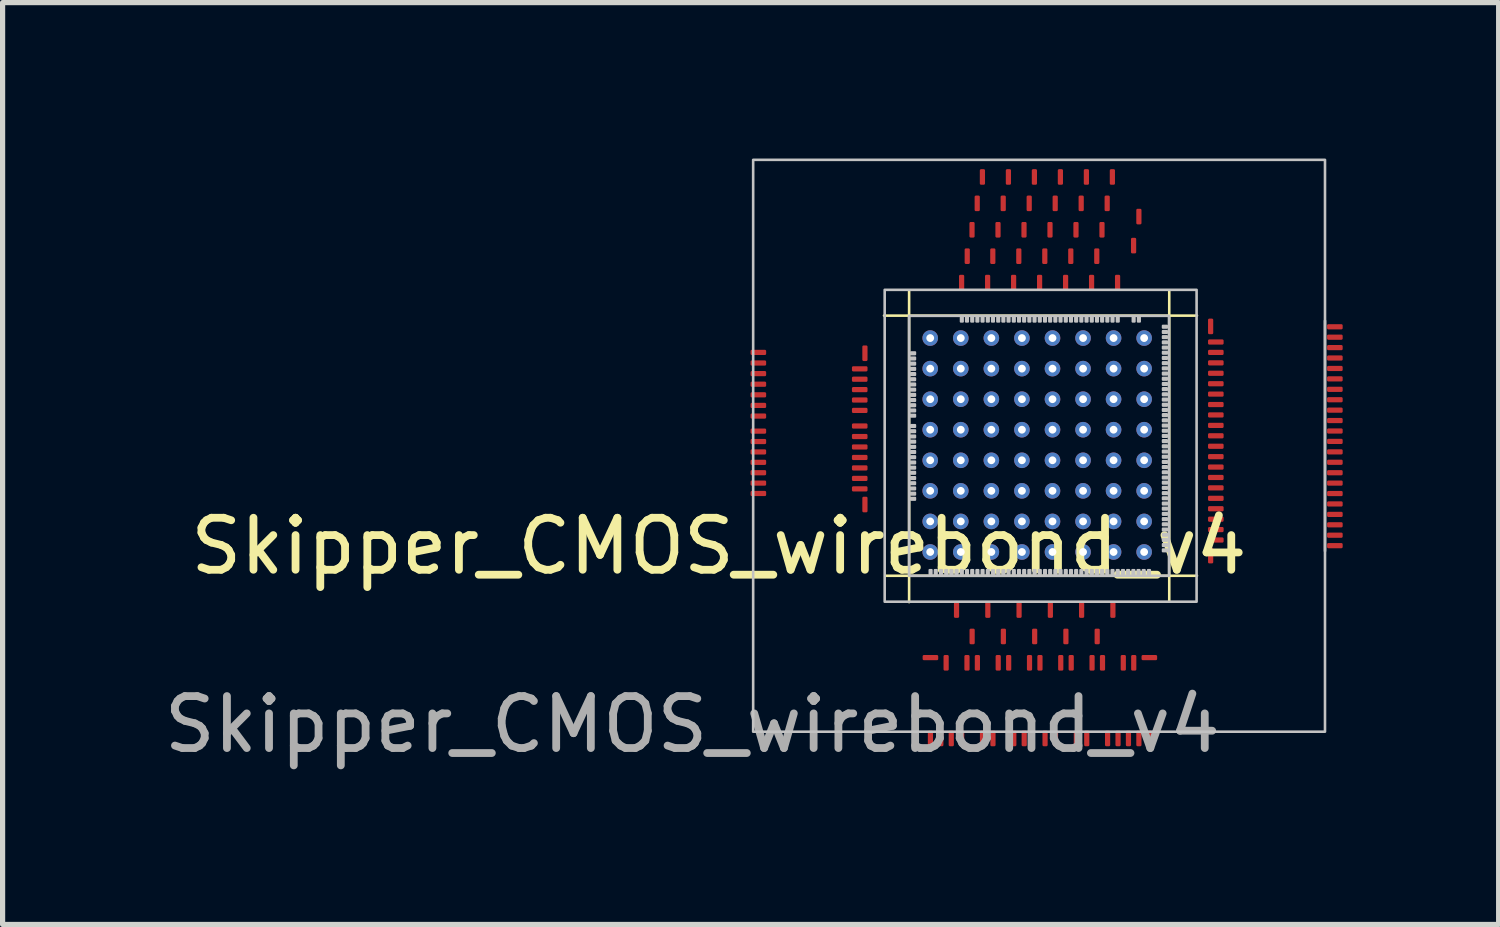
<source format=kicad_pcb>
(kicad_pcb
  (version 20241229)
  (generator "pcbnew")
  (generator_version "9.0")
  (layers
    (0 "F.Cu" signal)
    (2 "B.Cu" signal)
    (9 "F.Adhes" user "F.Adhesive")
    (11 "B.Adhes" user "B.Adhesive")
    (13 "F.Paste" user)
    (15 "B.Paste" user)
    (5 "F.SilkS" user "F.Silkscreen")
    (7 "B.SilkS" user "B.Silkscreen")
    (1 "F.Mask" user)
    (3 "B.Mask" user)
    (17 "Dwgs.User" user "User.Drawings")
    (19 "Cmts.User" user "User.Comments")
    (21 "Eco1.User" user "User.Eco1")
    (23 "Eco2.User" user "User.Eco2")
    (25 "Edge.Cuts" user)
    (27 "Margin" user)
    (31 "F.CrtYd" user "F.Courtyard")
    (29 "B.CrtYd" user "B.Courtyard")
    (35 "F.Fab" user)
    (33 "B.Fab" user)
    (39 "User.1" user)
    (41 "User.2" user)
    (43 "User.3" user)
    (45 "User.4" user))
  (footprint "Skipper_CMOS_wirebond_v4"
    (layer "F.Cu")
    (at 14.438 8.025)
    (property "Reference" "Skipper_CMOS_wirebond_v4" (at -3.66 -0.57 0) (unlocked yes) (layer "F.SilkS") (effects (font (size 1 1) (thickness 0.15))))
    (attr smd)
    (fp_line (start -0.457 0) (end 5.537 0) (stroke (width 0.05) (type solid)) (layer "F.SilkS"))
    (fp_line (start 0 -5.486) (end 0 0.508) (stroke (width 0.05) (type solid)) (layer "F.SilkS"))
    (fp_line (start 5.004 0.483) (end 5.004 -5.486) (stroke (width 0.05) (type solid)) (layer "F.SilkS"))
    (fp_line (start 5.537 -5.004) (end -0.483 -5.004) (stroke (width 0.05) (type solid)) (layer "F.SilkS"))
    (fp_line (start 8 -0.475) (end 8 -4.905) (stroke (width 0.05) (type solid)) (layer "Dwgs.User"))
    (fp_rect (start -3 -8) (end 8 3) (stroke (width 0.05) (type solid)) (fill no) (layer "Dwgs.User"))
    (fp_rect (start -0.47 -5.5) (end 5.53 0.5) (stroke (width 0.05) (type solid)) (fill no) (layer "Dwgs.User"))
    (fp_rect (start 0 0) (end 5 -5) (stroke (width 0.05) (type solid)) (fill no) (layer "Dwgs.User"))
    (fp_rect (start 0.23 -1.55) (end 0.75 -4.19) (stroke (width 0.05) (type solid)) (fill no) (layer "User.1"))
    (fp_rect (start 0.5 -0.66) (end 4.55 -0.18) (stroke (width 0.05) (type solid)) (fill no) (layer "User.1"))
    (fp_rect (start 1.105 -4.8) (end 3.935 -4.28) (stroke (width 0.05) (type solid)) (fill no) (layer "User.1"))
    (fp_rect (start 4.33 -0.79) (end 4.76 -4.69) (stroke (width 0.05) (type solid)) (fill no) (layer "User.1"))
    (fp_text user "${REFERENCE}" (at -4.17 2.86 0) (unlocked yes) (layer "F.Fab") (effects (font (size 1 1) (thickness 0.15))))
    (fp_text user "TOP pixel Supplies-REFs" (at 2.51 -4.53 180) (unlocked yes) (layer "User.1") (effects (font (size 0.14 0.14) (thickness 0.02))))
    (fp_text user "Test Structures" (at 4.55 -2.75 90) (unlocked yes) (layer "User.1") (effects (font (size 0.27 0.27) (thickness 0.04))))
    (fp_text user "Analog Front-End" (at 2.53 -0.41 0) (unlocked yes) (layer "User.1") (effects (font (size 0.27 0.27) (thickness 0.04))))
    (fp_text user "Matrix Ctrl Logic" (at 0.48 -2.88 270) (unlocked yes) (layer "User.1") (effects (font (size 0.2 0.2) (thickness 0.035))))
    (pad "" smd roundrect (at 0.076 -4.279 180) (size 0.12 0.08) (layers "Dwgs.User") (roundrect_rratio 0.25))
    (pad "" smd roundrect (at 0.076 -4.179 180) (size 0.12 0.08) (layers "Dwgs.User") (roundrect_rratio 0.25))
    (pad "" smd roundrect (at 0.076 -4.08 180) (size 0.12 0.08) (layers "Dwgs.User") (roundrect_rratio 0.25))
    (pad "" smd roundrect (at 0.076 -3.979 180) (size 0.12 0.08) (layers "Dwgs.User") (roundrect_rratio 0.25))
    (pad "" smd roundrect (at 0.076 -3.88 180) (size 0.12 0.08) (layers "Dwgs.User") (roundrect_rratio 0.25))
    (pad "" smd roundrect (at 0.076 -3.78 180) (size 0.12 0.08) (layers "Dwgs.User") (roundrect_rratio 0.25))
    (pad "" smd roundrect (at 0.076 -3.679 180) (size 0.12 0.08) (layers "Dwgs.User") (roundrect_rratio 0.25))
    (pad "" smd roundrect (at 0.076 -3.579 180) (size 0.12 0.08) (layers "Dwgs.User") (roundrect_rratio 0.25))
    (pad "" smd roundrect (at 0.076 -3.479 180) (size 0.12 0.08) (layers "Dwgs.User") (roundrect_rratio 0.25))
    (pad "" smd roundrect (at 0.076 -3.38 180) (size 0.12 0.08) (layers "Dwgs.User") (roundrect_rratio 0.25))
    (pad "" smd roundrect (at 0.076 -3.28 180) (size 0.12 0.08) (layers "Dwgs.User") (roundrect_rratio 0.25))
    (pad "" smd roundrect (at 0.076 -3.179 180) (size 0.12 0.08) (layers "Dwgs.User") (roundrect_rratio 0.25))
    (pad "" smd roundrect (at 0.076 -3.079 180) (size 0.12 0.08) (layers "Dwgs.User") (roundrect_rratio 0.25))
    (pad "" smd roundrect (at 0.076 -2.88 180) (size 0.12 0.08) (layers "Dwgs.User") (roundrect_rratio 0.25))
    (pad "" smd roundrect (at 0.076 -2.78 180) (size 0.12 0.08) (layers "Dwgs.User") (roundrect_rratio 0.25))
    (pad "" smd roundrect (at 0.076 -2.679 180) (size 0.12 0.08) (layers "Dwgs.User") (roundrect_rratio 0.25))
    (pad "" smd roundrect (at 0.076 -2.579 180) (size 0.12 0.08) (layers "Dwgs.User") (roundrect_rratio 0.25))
    (pad "" smd roundrect (at 0.076 -2.479 180) (size 0.12 0.08) (layers "Dwgs.User") (roundrect_rratio 0.25))
    (pad "" smd roundrect (at 0.076 -2.38 180) (size 0.12 0.08) (layers "Dwgs.User") (roundrect_rratio 0.25))
    (pad "" smd roundrect (at 0.076 -2.28 180) (size 0.12 0.08) (layers "Dwgs.User") (roundrect_rratio 0.25))
    (pad "" smd roundrect (at 0.076 -2.179 180) (size 0.12 0.08) (layers "Dwgs.User") (roundrect_rratio 0.25))
    (pad "" smd roundrect (at 0.076 -2.079 180) (size 0.12 0.08) (layers "Dwgs.User") (roundrect_rratio 0.25))
    (pad "" smd roundrect (at 0.076 -1.98 180) (size 0.12 0.08) (layers "Dwgs.User") (roundrect_rratio 0.25))
    (pad "" smd roundrect (at 0.076 -1.879 180) (size 0.12 0.08) (layers "Dwgs.User") (roundrect_rratio 0.25))
    (pad "" smd roundrect (at 0.076 -1.78 180) (size 0.12 0.08) (layers "Dwgs.User") (roundrect_rratio 0.25))
    (pad "" smd roundrect (at 0.076 -1.679 180) (size 0.12 0.08) (layers "Dwgs.User") (roundrect_rratio 0.25))
    (pad "" smd roundrect (at 0.076 -1.579 180) (size 0.12 0.08) (layers "Dwgs.User") (roundrect_rratio 0.25))
    (pad "" smd roundrect (at 0.076 -1.48 180) (size 0.12 0.08) (layers "Dwgs.User") (roundrect_rratio 0.25))
    (pad "" smd roundrect (at 0.413 -0.071 90) (size 0.12 0.08) (layers "Dwgs.User") (roundrect_rratio 0.25))
    (pad "" smd roundrect (at 0.513 -0.071 90) (size 0.12 0.08) (layers "Dwgs.User") (roundrect_rratio 0.25))
    (pad "" smd roundrect (at 0.614 -0.071 90) (size 0.12 0.08) (layers "Dwgs.User") (roundrect_rratio 0.25))
    (pad "" smd roundrect (at 0.714 -0.071 90) (size 0.12 0.08) (layers "Dwgs.User") (roundrect_rratio 0.25))
    (pad "" smd roundrect (at 0.814 -0.071 90) (size 0.12 0.08) (layers "Dwgs.User") (roundrect_rratio 0.25))
    (pad "" smd roundrect (at 0.913 -0.071 90) (size 0.12 0.08) (layers "Dwgs.User") (roundrect_rratio 0.25))
    (pad "" smd roundrect (at 1.014 -4.928 90) (size 0.12 0.08) (layers "Dwgs.User") (roundrect_rratio 0.25))
    (pad "" smd roundrect (at 1.014 -0.071 90) (size 0.12 0.08) (layers "Dwgs.User") (roundrect_rratio 0.25))
    (pad "" smd roundrect (at 1.113 -4.928 90) (size 0.12 0.08) (layers "Dwgs.User") (roundrect_rratio 0.25))
    (pad "" smd roundrect (at 1.113 -0.071 90) (size 0.12 0.08) (layers "Dwgs.User") (roundrect_rratio 0.25))
    (pad "" smd roundrect (at 1.214 -4.928 90) (size 0.12 0.08) (layers "Dwgs.User") (roundrect_rratio 0.25))
    (pad "" smd roundrect (at 1.214 -0.071 90) (size 0.12 0.08) (layers "Dwgs.User") (roundrect_rratio 0.25))
    (pad "" smd roundrect (at 1.313 -4.928 90) (size 0.12 0.08) (layers "Dwgs.User") (roundrect_rratio 0.25))
    (pad "" smd roundrect (at 1.313 -0.071 90) (size 0.12 0.08) (layers "Dwgs.User") (roundrect_rratio 0.25))
    (pad "" smd roundrect (at 1.413 -4.928 90) (size 0.12 0.08) (layers "Dwgs.User") (roundrect_rratio 0.25))
    (pad "" smd roundrect (at 1.413 -0.071 90) (size 0.12 0.08) (layers "Dwgs.User") (roundrect_rratio 0.25))
    (pad "" smd roundrect (at 1.514 -4.928 90) (size 0.12 0.08) (layers "Dwgs.User") (roundrect_rratio 0.25))
    (pad "" smd roundrect (at 1.514 -0.071 90) (size 0.12 0.08) (layers "Dwgs.User") (roundrect_rratio 0.25))
    (pad "" smd roundrect (at 1.613 -4.928 90) (size 0.12 0.08) (layers "Dwgs.User") (roundrect_rratio 0.25))
    (pad "" smd roundrect (at 1.613 -0.071 90) (size 0.12 0.08) (layers "Dwgs.User") (roundrect_rratio 0.25))
    (pad "" smd roundrect (at 1.714 -4.928 90) (size 0.12 0.08) (layers "Dwgs.User") (roundrect_rratio 0.25))
    (pad "" smd roundrect (at 1.714 -0.071 90) (size 0.12 0.08) (layers "Dwgs.User") (roundrect_rratio 0.25))
    (pad "" smd roundrect (at 1.813 -4.928 90) (size 0.12 0.08) (layers "Dwgs.User") (roundrect_rratio 0.25))
    (pad "" smd roundrect (at 1.813 -0.071 90) (size 0.12 0.08) (layers "Dwgs.User") (roundrect_rratio 0.25))
    (pad "" smd roundrect (at 1.913 -4.928 90) (size 0.12 0.08) (layers "Dwgs.User") (roundrect_rratio 0.25))
    (pad "" smd roundrect (at 1.913 -0.071 90) (size 0.12 0.08) (layers "Dwgs.User") (roundrect_rratio 0.25))
    (pad "" smd roundrect (at 2.014 -4.928 90) (size 0.12 0.08) (layers "Dwgs.User") (roundrect_rratio 0.25))
    (pad "" smd roundrect (at 2.014 -0.071 90) (size 0.12 0.08) (layers "Dwgs.User") (roundrect_rratio 0.25))
    (pad "" smd roundrect (at 2.114 -4.928 90) (size 0.12 0.08) (layers "Dwgs.User") (roundrect_rratio 0.25))
    (pad "" smd roundrect (at 2.114 -0.071 90) (size 0.12 0.08) (layers "Dwgs.User") (roundrect_rratio 0.25))
    (pad "" smd roundrect (at 2.213 -4.928 90) (size 0.12 0.08) (layers "Dwgs.User") (roundrect_rratio 0.25))
    (pad "" smd roundrect (at 2.213 -0.071 90) (size 0.12 0.08) (layers "Dwgs.User") (roundrect_rratio 0.25))
    (pad "" smd roundrect (at 2.313 -4.928 90) (size 0.12 0.08) (layers "Dwgs.User") (roundrect_rratio 0.25))
    (pad "" smd roundrect (at 2.313 -0.071 90) (size 0.12 0.08) (layers "Dwgs.User") (roundrect_rratio 0.25))
    (pad "" smd roundrect (at 2.413 -4.928 90) (size 0.12 0.08) (layers "Dwgs.User") (roundrect_rratio 0.25))
    (pad "" smd roundrect (at 2.413 -0.071 90) (size 0.12 0.08) (layers "Dwgs.User") (roundrect_rratio 0.25))
    (pad "" smd roundrect (at 2.514 -4.928 90) (size 0.12 0.08) (layers "Dwgs.User") (roundrect_rratio 0.25))
    (pad "" smd roundrect (at 2.514 -0.071 90) (size 0.12 0.08) (layers "Dwgs.User") (roundrect_rratio 0.25))
    (pad "" smd roundrect (at 2.614 -4.928 90) (size 0.12 0.08) (layers "Dwgs.User") (roundrect_rratio 0.25))
    (pad "" smd roundrect (at 2.614 -0.071 90) (size 0.12 0.08) (layers "Dwgs.User") (roundrect_rratio 0.25))
    (pad "" smd roundrect (at 2.713 -4.928 90) (size 0.12 0.08) (layers "Dwgs.User") (roundrect_rratio 0.25))
    (pad "" smd roundrect (at 2.713 -0.071 90) (size 0.12 0.08) (layers "Dwgs.User") (roundrect_rratio 0.25))
    (pad "" smd roundrect (at 2.813 -4.928 90) (size 0.12 0.08) (layers "Dwgs.User") (roundrect_rratio 0.25))
    (pad "" smd roundrect (at 2.813 -0.071 90) (size 0.12 0.08) (layers "Dwgs.User") (roundrect_rratio 0.25))
    (pad "" smd roundrect (at 2.913 -4.928 90) (size 0.12 0.08) (layers "Dwgs.User") (roundrect_rratio 0.25))
    (pad "" smd roundrect (at 2.913 -0.071 90) (size 0.12 0.08) (layers "Dwgs.User") (roundrect_rratio 0.25))
    (pad "" smd roundrect (at 3.014 -4.928 90) (size 0.12 0.08) (layers "Dwgs.User") (roundrect_rratio 0.25))
    (pad "" smd roundrect (at 3.014 -0.071 90) (size 0.12 0.08) (layers "Dwgs.User") (roundrect_rratio 0.25))
    (pad "" smd roundrect (at 3.114 -4.928 90) (size 0.12 0.08) (layers "Dwgs.User") (roundrect_rratio 0.25))
    (pad "" smd roundrect (at 3.114 -0.071 90) (size 0.12 0.08) (layers "Dwgs.User") (roundrect_rratio 0.25))
    (pad "" smd roundrect (at 3.213 -4.928 90) (size 0.12 0.08) (layers "Dwgs.User") (roundrect_rratio 0.25))
    (pad "" smd roundrect (at 3.213 -0.071 90) (size 0.12 0.08) (layers "Dwgs.User") (roundrect_rratio 0.25))
    (pad "" smd roundrect (at 3.313 -4.928 90) (size 0.12 0.08) (layers "Dwgs.User") (roundrect_rratio 0.25))
    (pad "" smd roundrect (at 3.313 -0.071 90) (size 0.12 0.08) (layers "Dwgs.User") (roundrect_rratio 0.25))
    (pad "" smd roundrect (at 3.413 -4.928 90) (size 0.12 0.08) (layers "Dwgs.User") (roundrect_rratio 0.25))
    (pad "" smd roundrect (at 3.413 -0.071 90) (size 0.12 0.08) (layers "Dwgs.User") (roundrect_rratio 0.25))
    (pad "" smd roundrect (at 3.514 -4.928 90) (size 0.12 0.08) (layers "Dwgs.User") (roundrect_rratio 0.25))
    (pad "" smd roundrect (at 3.514 -0.071 90) (size 0.12 0.08) (layers "Dwgs.User") (roundrect_rratio 0.25))
    (pad "" smd roundrect (at 3.614 -4.928 90) (size 0.12 0.08) (layers "Dwgs.User") (roundrect_rratio 0.25))
    (pad "" smd roundrect (at 3.614 -0.071 90) (size 0.12 0.08) (layers "Dwgs.User") (roundrect_rratio 0.25))
    (pad "" smd roundrect (at 3.713 -4.928 90) (size 0.12 0.08) (layers "Dwgs.User") (roundrect_rratio 0.25))
    (pad "" smd roundrect (at 3.713 -0.071 90) (size 0.12 0.08) (layers "Dwgs.User") (roundrect_rratio 0.25))
    (pad "" smd roundrect (at 3.813 -4.928 90) (size 0.12 0.08) (layers "Dwgs.User") (roundrect_rratio 0.25))
    (pad "" smd roundrect (at 3.813 -0.071 90) (size 0.12 0.08) (layers "Dwgs.User") (roundrect_rratio 0.25))
    (pad "" smd roundrect (at 3.913 -4.928 90) (size 0.12 0.08) (layers "Dwgs.User") (roundrect_rratio 0.25))
    (pad "" smd roundrect (at 3.913 -0.071 90) (size 0.12 0.08) (layers "Dwgs.User") (roundrect_rratio 0.25))
    (pad "" smd roundrect (at 4.013 -4.928 90) (size 0.12 0.08) (layers "Dwgs.User") (roundrect_rratio 0.25))
    (pad "" smd roundrect (at 4.013 -0.071 90) (size 0.12 0.08) (layers "Dwgs.User") (roundrect_rratio 0.25))
    (pad "" smd roundrect (at 4.114 -0.071 90) (size 0.12 0.08) (layers "Dwgs.User") (roundrect_rratio 0.25))
    (pad "" smd roundrect (at 4.213 -0.071 90) (size 0.12 0.08) (layers "Dwgs.User") (roundrect_rratio 0.25))
    (pad "" smd roundrect (at 4.314 -0.071 90) (size 0.12 0.08) (layers "Dwgs.User") (roundrect_rratio 0.25))
    (pad "" smd roundrect (at 4.319 -4.928 90) (size 0.12 0.08) (layers "Dwgs.User") (roundrect_rratio 0.25))
    (pad "" smd roundrect (at 4.413 -0.071 90) (size 0.12 0.08) (layers "Dwgs.User") (roundrect_rratio 0.25))
    (pad "" smd roundrect (at 4.42 -4.928 90) (size 0.12 0.08) (layers "Dwgs.User") (roundrect_rratio 0.25))
    (pad "" smd roundrect (at 4.513 -0.071 90) (size 0.12 0.08) (layers "Dwgs.User") (roundrect_rratio 0.25))
    (pad "" smd roundrect (at 4.614 -0.071 90) (size 0.12 0.08) (layers "Dwgs.User") (roundrect_rratio 0.25))
    (pad "" smd roundrect (at 4.92 -4.79 180) (size 0.12 0.08) (layers "Dwgs.User") (roundrect_rratio 0.25))
    (pad "" smd roundrect (at 4.92 -4.689 180) (size 0.12 0.08) (layers "Dwgs.User") (roundrect_rratio 0.25))
    (pad "" smd roundrect (at 4.92 -4.59 180) (size 0.12 0.08) (layers "Dwgs.User") (roundrect_rratio 0.25))
    (pad "" smd roundrect (at 4.92 -4.489 180) (size 0.12 0.08) (layers "Dwgs.User") (roundrect_rratio 0.25))
    (pad "" smd roundrect (at 4.92 -4.389 180) (size 0.12 0.08) (layers "Dwgs.User") (roundrect_rratio 0.25))
    (pad "" smd roundrect (at 4.92 -4.29 180) (size 0.12 0.08) (layers "Dwgs.User") (roundrect_rratio 0.25))
    (pad "" smd roundrect (at 4.92 -4.189 180) (size 0.12 0.08) (layers "Dwgs.User") (roundrect_rratio 0.25))
    (pad "" smd roundrect (at 4.92 -4.09 180) (size 0.12 0.08) (layers "Dwgs.User") (roundrect_rratio 0.25))
    (pad "" smd roundrect (at 4.92 -3.99 180) (size 0.12 0.08) (layers "Dwgs.User") (roundrect_rratio 0.25))
    (pad "" smd roundrect (at 4.92 -3.889 180) (size 0.12 0.08) (layers "Dwgs.User") (roundrect_rratio 0.25))
    (pad "" smd roundrect (at 4.92 -3.789 180) (size 0.12 0.08) (layers "Dwgs.User") (roundrect_rratio 0.25))
    (pad "" smd roundrect (at 4.92 -3.689 180) (size 0.12 0.08) (layers "Dwgs.User") (roundrect_rratio 0.25))
    (pad "" smd roundrect (at 4.92 -3.59 180) (size 0.12 0.08) (layers "Dwgs.User") (roundrect_rratio 0.25))
    (pad "" smd roundrect (at 4.92 -3.49 180) (size 0.12 0.08) (layers "Dwgs.User") (roundrect_rratio 0.25))
    (pad "" smd roundrect (at 4.92 -3.389 180) (size 0.12 0.08) (layers "Dwgs.User") (roundrect_rratio 0.25))
    (pad "" smd roundrect (at 4.92 -3.289 180) (size 0.12 0.08) (layers "Dwgs.User") (roundrect_rratio 0.25))
    (pad "" smd roundrect (at 4.92 -3.189 180) (size 0.12 0.08) (layers "Dwgs.User") (roundrect_rratio 0.25))
    (pad "" smd roundrect (at 4.92 -3.09 180) (size 0.12 0.08) (layers "Dwgs.User") (roundrect_rratio 0.25))
    (pad "" smd roundrect (at 4.92 -2.99 180) (size 0.12 0.08) (layers "Dwgs.User") (roundrect_rratio 0.25))
    (pad "" smd roundrect (at 4.92 -2.889 180) (size 0.12 0.08) (layers "Dwgs.User") (roundrect_rratio 0.25))
    (pad "" smd roundrect (at 4.92 -2.789 180) (size 0.12 0.08) (layers "Dwgs.User") (roundrect_rratio 0.25))
    (pad "" smd roundrect (at 4.92 -2.689 180) (size 0.12 0.08) (layers "Dwgs.User") (roundrect_rratio 0.25))
    (pad "" smd roundrect (at 4.92 -2.59 180) (size 0.12 0.08) (layers "Dwgs.User") (roundrect_rratio 0.25))
    (pad "" smd roundrect (at 4.92 -2.49 180) (size 0.12 0.08) (layers "Dwgs.User") (roundrect_rratio 0.25))
    (pad "" smd roundrect (at 4.92 -2.389 180) (size 0.12 0.08) (layers "Dwgs.User") (roundrect_rratio 0.25))
    (pad "" smd roundrect (at 4.92 -2.289 180) (size 0.12 0.08) (layers "Dwgs.User") (roundrect_rratio 0.25))
    (pad "" smd roundrect (at 4.92 -2.189 180) (size 0.12 0.08) (layers "Dwgs.User") (roundrect_rratio 0.25))
    (pad "" smd roundrect (at 4.92 -2.09 180) (size 0.12 0.08) (layers "Dwgs.User") (roundrect_rratio 0.25))
    (pad "" smd roundrect (at 4.92 -1.99 180) (size 0.12 0.08) (layers "Dwgs.User") (roundrect_rratio 0.25))
    (pad "" smd roundrect (at 4.92 -1.889 180) (size 0.12 0.08) (layers "Dwgs.User") (roundrect_rratio 0.25))
    (pad "" smd roundrect (at 4.92 -1.79 180) (size 0.12 0.08) (layers "Dwgs.User") (roundrect_rratio 0.25))
    (pad "" smd roundrect (at 4.92 -1.69 180) (size 0.12 0.08) (layers "Dwgs.User") (roundrect_rratio 0.25))
    (pad "" smd roundrect (at 4.92 -1.589 180) (size 0.12 0.08) (layers "Dwgs.User") (roundrect_rratio 0.25))
    (pad "" smd roundrect (at 4.92 -1.49 180) (size 0.12 0.08) (layers "Dwgs.User") (roundrect_rratio 0.25))
    (pad "" smd roundrect (at 4.92 -1.389 180) (size 0.12 0.08) (layers "Dwgs.User") (roundrect_rratio 0.25))
    (pad "" smd roundrect (at 4.92 -1.29 180) (size 0.12 0.08) (layers "Dwgs.User") (roundrect_rratio 0.25))
    (pad "" smd roundrect (at 4.92 -1.19 180) (size 0.12 0.08) (layers "Dwgs.User") (roundrect_rratio 0.25))
    (pad "" smd roundrect (at 4.92 -1.089 180) (size 0.12 0.08) (layers "Dwgs.User") (roundrect_rratio 0.25))
    (pad "" smd roundrect (at 4.92 -0.99 180) (size 0.12 0.08) (layers "Dwgs.User") (roundrect_rratio 0.25))
    (pad "" smd roundrect (at 4.92 -0.889 180) (size 0.12 0.08) (layers "Dwgs.User") (roundrect_rratio 0.25))
    (pad "" smd roundrect (at 4.92 -0.789 180) (size 0.12 0.08) (layers "Dwgs.User") (roundrect_rratio 0.25))
    (pad "" smd roundrect (at 4.92 -0.69 180) (size 0.12 0.08) (layers "Dwgs.User") (roundrect_rratio 0.25))
    (pad "" smd roundrect (at 4.92 -0.59 180) (size 0.12 0.08) (layers "Dwgs.User") (roundrect_rratio 0.25))
    (pad "" smd roundrect (at 4.92 -0.489 180) (size 0.12 0.08) (layers "Dwgs.User") (roundrect_rratio 0.25))
    (pad "1" smd roundrect (at 0.41 3.13 90) (size 0.3 0.1) (layers "F.Cu" "F.Mask" "F.Paste") (roundrect_rratio 0.25))
    (pad "2" smd roundrect (at 0.41 1.575) (size 0.3 0.1) (layers "F.Cu" "F.Mask" "F.Paste") (roundrect_rratio 0.25))
    (pad "3" smd roundrect (at 0.61 3.13 270) (size 0.3 0.1) (layers "F.Cu" "F.Mask" "F.Paste") (roundrect_rratio 0.25))
    (pad "4" smd roundrect (at 0.712 1.675 270) (size 0.3 0.1) (layers "F.Cu" "F.Mask" "F.Paste") (roundrect_rratio 0.25))
    (pad "5" smd roundrect (at 0.811 3.13 270) (size 0.3 0.1) (layers "F.Cu" "F.Mask" "F.Paste") (roundrect_rratio 0.25))
    (pad "6" smd roundrect (at 0.912 0.66 270) (size 0.3 0.1) (layers "F.Cu" "F.Mask" "F.Paste") (roundrect_rratio 0.25))
    (pad "7" smd roundrect (at 1.011 3.13 90) (size 0.3 0.1) (layers "F.Cu" "F.Mask" "F.Paste") (roundrect_rratio 0.25))
    (pad "8" smd roundrect (at 1.113 1.675 270) (size 0.3 0.1) (layers "F.Cu" "F.Mask" "F.Paste") (roundrect_rratio 0.25))
    (pad "9" smd roundrect (at 1.212 1.168 270) (size 0.3 0.1) (layers "F.Cu" "F.Mask" "F.Paste") (roundrect_rratio 0.25))
    (pad "10" smd roundrect (at 1.313 1.675 270) (size 0.3 0.1) (layers "F.Cu" "F.Mask" "F.Paste") (roundrect_rratio 0.25))
    (pad "11" smd roundrect (at 1.412 3.13 270) (size 0.3 0.1) (layers "F.Cu" "F.Mask" "F.Paste") (roundrect_rratio 0.25))
    (pad "12" smd roundrect (at 1.514 0.66 270) (size 0.3 0.1) (layers "F.Cu" "F.Mask" "F.Paste") (roundrect_rratio 0.25))
    (pad "13" smd roundrect (at 1.613 3.13 270) (size 0.3 0.1) (layers "F.Cu" "F.Mask" "F.Paste") (roundrect_rratio 0.25))
    (pad "14" smd roundrect (at 1.714 1.675 270) (size 0.3 0.1) (layers "F.Cu" "F.Mask" "F.Paste") (roundrect_rratio 0.25))
    (pad "15" smd roundrect (at 1.813 1.168 270) (size 0.3 0.1) (layers "F.Cu" "F.Mask" "F.Paste") (roundrect_rratio 0.25))
    (pad "16" smd roundrect (at 1.915 1.675 270) (size 0.3 0.1) (layers "F.Cu" "F.Mask" "F.Paste") (roundrect_rratio 0.25))
    (pad "17" smd roundrect (at 2.014 3.13 270) (size 0.3 0.1) (layers "F.Cu" "F.Mask" "F.Paste") (roundrect_rratio 0.25))
    (pad "18" smd roundrect (at 2.115 0.66 90) (size 0.3 0.1) (layers "F.Cu" "F.Mask" "F.Paste") (roundrect_rratio 0.25))
    (pad "19" smd roundrect (at 2.214 3.13 90) (size 0.3 0.1) (layers "F.Cu" "F.Mask" "F.Paste") (roundrect_rratio 0.25))
    (pad "20" smd roundrect (at 2.316 1.675 90) (size 0.3 0.1) (layers "F.Cu" "F.Mask" "F.Paste") (roundrect_rratio 0.25))
    (pad "21" smd roundrect (at 2.415 1.168 90) (size 0.3 0.1) (layers "F.Cu" "F.Mask" "F.Paste") (roundrect_rratio 0.25))
    (pad "22" smd roundrect (at 2.517 1.675 90) (size 0.3 0.1) (layers "F.Cu" "F.Mask" "F.Paste") (roundrect_rratio 0.25))
    (pad "23" smd roundrect (at 2.615 3.13 90) (size 0.3 0.1) (layers "F.Cu" "F.Mask" "F.Paste") (roundrect_rratio 0.25))
    (pad "24" smd roundrect (at 2.717 0.66 90) (size 0.3 0.1) (layers "F.Cu" "F.Mask" "F.Paste") (roundrect_rratio 0.25))
    (pad "25" smd roundrect (at 2.816 3.13 90) (size 0.3 0.1) (layers "F.Cu" "F.Mask" "F.Paste") (roundrect_rratio 0.25))
    (pad "26" smd roundrect (at 2.917 1.675 90) (size 0.3 0.1) (layers "F.Cu" "F.Mask" "F.Paste") (roundrect_rratio 0.25))
    (pad "27" smd roundrect (at 3.016 1.168 90) (size 0.3 0.1) (layers "F.Cu" "F.Mask" "F.Paste") (roundrect_rratio 0.25))
    (pad "28" smd roundrect (at 3.118 1.675 90) (size 0.3 0.1) (layers "F.Cu" "F.Mask" "F.Paste") (roundrect_rratio 0.25))
    (pad "29" smd roundrect (at 3.217 3.13 90) (size 0.3 0.1) (layers "F.Cu" "F.Mask" "F.Paste") (roundrect_rratio 0.25))
    (pad "30" smd roundrect (at 3.318 0.66 90) (size 0.3 0.1) (layers "F.Cu" "F.Mask" "F.Paste") (roundrect_rratio 0.25))
    (pad "31" smd roundrect (at 3.417 3.13 90) (size 0.3 0.1) (layers "F.Cu" "F.Mask" "F.Paste") (roundrect_rratio 0.25))
    (pad "32" smd roundrect (at 3.519 1.675 90) (size 0.3 0.1) (layers "F.Cu" "F.Mask" "F.Paste") (roundrect_rratio 0.25))
    (pad "33" smd roundrect (at 3.618 1.168 90) (size 0.3 0.1) (layers "F.Cu" "F.Mask" "F.Paste") (roundrect_rratio 0.25))
    (pad "34" smd roundrect (at 3.72 1.675 90) (size 0.3 0.1) (layers "F.Cu" "F.Mask" "F.Paste") (roundrect_rratio 0.25))
    (pad "35" smd roundrect (at 3.818 3.13 90) (size 0.3 0.1) (layers "F.Cu" "F.Mask" "F.Paste") (roundrect_rratio 0.25))
    (pad "36" smd roundrect (at 3.92 0.66 90) (size 0.3 0.1) (layers "F.Cu" "F.Mask" "F.Paste") (roundrect_rratio 0.25))
    (pad "37" smd roundrect (at 4.019 3.13 90) (size 0.3 0.1) (layers "F.Cu" "F.Mask" "F.Paste") (roundrect_rratio 0.25))
    (pad "38" smd roundrect (at 4.12 1.675 90) (size 0.3 0.1) (layers "F.Cu" "F.Mask" "F.Paste") (roundrect_rratio 0.25))
    (pad "39" smd roundrect (at 4.219 3.13 90) (size 0.3 0.1) (layers "F.Cu" "F.Mask" "F.Paste") (roundrect_rratio 0.25))
    (pad "40" smd roundrect (at 4.321 1.675 90) (size 0.3 0.1) (layers "F.Cu" "F.Mask" "F.Paste") (roundrect_rratio 0.25))
    (pad "41" smd roundrect (at 4.42 3.13 90) (size 0.3 0.1) (layers "F.Cu" "F.Mask" "F.Paste") (roundrect_rratio 0.25))
    (pad "42" smd roundrect (at 4.621 1.575 180) (size 0.3 0.1) (layers "F.Cu" "F.Mask" "F.Paste") (roundrect_rratio 0.25))
    (pad "43" smd roundrect (at 4.62 3.13 90) (size 0.3 0.1) (layers "F.Cu" "F.Mask" "F.Paste") (roundrect_rratio 0.25))
    (pad "44" smd roundrect (at 1.01 -5.639 90) (size 0.3 0.1) (layers "F.Cu" "F.Mask" "F.Paste") (roundrect_rratio 0.25))
    (pad "45" smd roundrect (at 1.118 -6.147 270) (size 0.3 0.1) (layers "F.Cu" "F.Mask" "F.Paste") (roundrect_rratio 0.25))
    (pad "46" smd roundrect (at 1.21 -6.655 90) (size 0.3 0.1) (layers "F.Cu" "F.Mask" "F.Paste") (roundrect_rratio 0.25))
    (pad "47" smd roundrect (at 1.31 -7.163 90) (size 0.3 0.1) (layers "F.Cu" "F.Mask" "F.Paste") (roundrect_rratio 0.25))
    (pad "48" smd roundrect (at 1.41 -7.671 90) (size 0.3 0.1) (layers "F.Cu" "F.Mask" "F.Paste") (roundrect_rratio 0.25))
    (pad "49" smd roundrect (at 1.51 -5.639 90) (size 0.3 0.1) (layers "F.Cu" "F.Mask" "F.Paste") (roundrect_rratio 0.25))
    (pad "50" smd roundrect (at 1.61 -6.147 90) (size 0.3 0.1) (layers "F.Cu" "F.Mask" "F.Paste") (roundrect_rratio 0.25))
    (pad "51" smd roundrect (at 1.71 -6.655 90) (size 0.3 0.1) (layers "F.Cu" "F.Mask" "F.Paste") (roundrect_rratio 0.25))
    (pad "52" smd roundrect (at 1.81 -7.163 90) (size 0.3 0.1) (layers "F.Cu" "F.Mask" "F.Paste") (roundrect_rratio 0.25))
    (pad "53" smd roundrect (at 1.91 -7.671 90) (size 0.3 0.1) (layers "F.Cu" "F.Mask" "F.Paste") (roundrect_rratio 0.25))
    (pad "54" smd roundrect (at 2.01 -5.639 90) (size 0.3 0.1) (layers "F.Cu" "F.Mask" "F.Paste") (roundrect_rratio 0.25))
    (pad "55" smd roundrect (at 2.11 -6.147 90) (size 0.3 0.1) (layers "F.Cu" "F.Mask" "F.Paste") (roundrect_rratio 0.25))
    (pad "56" smd roundrect (at 2.21 -6.655 90) (size 0.3 0.1) (layers "F.Cu" "F.Mask" "F.Paste") (roundrect_rratio 0.25))
    (pad "57" smd roundrect (at 2.31 -7.163 90) (size 0.3 0.1) (layers "F.Cu" "F.Mask" "F.Paste") (roundrect_rratio 0.25))
    (pad "58" smd roundrect (at 2.41 -7.671 90) (size 0.3 0.1) (layers "F.Cu" "F.Mask" "F.Paste") (roundrect_rratio 0.25))
    (pad "59" smd roundrect (at 2.51 -5.639 90) (size 0.3 0.1) (layers "F.Cu" "F.Mask" "F.Paste") (roundrect_rratio 0.25))
    (pad "60" smd roundrect (at 2.61 -6.147 90) (size 0.3 0.1) (layers "F.Cu" "F.Mask" "F.Paste") (roundrect_rratio 0.25))
    (pad "61" smd roundrect (at 2.71 -6.655 90) (size 0.3 0.1) (layers "F.Cu" "F.Mask" "F.Paste") (roundrect_rratio 0.25))
    (pad "62" smd roundrect (at 2.81 -7.163 90) (size 0.3 0.1) (layers "F.Cu" "F.Mask" "F.Paste") (roundrect_rratio 0.25))
    (pad "63" smd roundrect (at 2.91 -7.671 90) (size 0.3 0.1) (layers "F.Cu" "F.Mask" "F.Paste") (roundrect_rratio 0.25))
    (pad "64" smd roundrect (at 3.01 -5.639 90) (size 0.3 0.1) (layers "F.Cu" "F.Mask" "F.Paste") (roundrect_rratio 0.25))
    (pad "65" smd roundrect (at 3.11 -6.147 90) (size 0.3 0.1) (layers "F.Cu" "F.Mask" "F.Paste") (roundrect_rratio 0.25))
    (pad "66" smd roundrect (at 3.21 -6.655 90) (size 0.3 0.1) (layers "F.Cu" "F.Mask" "F.Paste") (roundrect_rratio 0.25))
    (pad "67" smd roundrect (at 3.31 -7.163 90) (size 0.3 0.1) (layers "F.Cu" "F.Mask" "F.Paste") (roundrect_rratio 0.25))
    (pad "68" smd roundrect (at 3.41 -7.671 90) (size 0.3 0.1) (layers "F.Cu" "F.Mask" "F.Paste") (roundrect_rratio 0.25))
    (pad "69" smd roundrect (at 3.51 -5.639 90) (size 0.3 0.1) (layers "F.Cu" "F.Mask" "F.Paste") (roundrect_rratio 0.25))
    (pad "70" smd roundrect (at 3.61 -6.147 90) (size 0.3 0.1) (layers "F.Cu" "F.Mask" "F.Paste") (roundrect_rratio 0.25))
    (pad "71" smd roundrect (at 3.71 -6.655 90) (size 0.3 0.1) (layers "F.Cu" "F.Mask" "F.Paste") (roundrect_rratio 0.25))
    (pad "72" smd roundrect (at 3.81 -7.163 90) (size 0.3 0.1) (layers "F.Cu" "F.Mask" "F.Paste") (roundrect_rratio 0.25))
    (pad "73" smd roundrect (at 3.91 -7.671 90) (size 0.3 0.1) (layers "F.Cu" "F.Mask" "F.Paste") (roundrect_rratio 0.25))
    (pad "74" smd roundrect (at 4.01 -5.639 90) (size 0.3 0.1) (layers "F.Cu" "F.Mask" "F.Paste") (roundrect_rratio 0.25))
    (pad "75" smd roundrect (at -2.9 -4.296 180) (size 0.3 0.1) (layers "F.Cu" "F.Mask" "F.Paste") (roundrect_rratio 0.25))
    (pad "76" smd roundrect (at -0.85 -4.28 90) (size 0.3 0.1) (layers "F.Cu" "F.Mask" "F.Paste") (roundrect_rratio 0.25))
    (pad "77" smd roundrect (at -2.9 -4.092 180) (size 0.3 0.1) (layers "F.Cu" "F.Mask" "F.Paste") (roundrect_rratio 0.25))
    (pad "78" smd roundrect (at -0.95 -3.98 180) (size 0.3 0.1) (layers "F.Cu" "F.Mask" "F.Paste") (roundrect_rratio 0.25))
    (pad "79" smd roundrect (at -2.9 -3.888 180) (size 0.3 0.1) (layers "F.Cu" "F.Mask" "F.Paste") (roundrect_rratio 0.25))
    (pad "80" smd roundrect (at -0.95 -3.78 180) (size 0.3 0.1) (layers "F.Cu" "F.Mask" "F.Paste") (roundrect_rratio 0.25))
    (pad "81" smd roundrect (at -2.9 -3.684 180) (size 0.3 0.1) (layers "F.Cu" "F.Mask" "F.Paste") (roundrect_rratio 0.25))
    (pad "82" smd roundrect (at -0.95 -3.58 180) (size 0.3 0.1) (layers "F.Cu" "F.Mask" "F.Paste") (roundrect_rratio 0.25))
    (pad "83" smd roundrect (at -2.9 -3.48 180) (size 0.3 0.1) (layers "F.Cu" "F.Mask" "F.Paste") (roundrect_rratio 0.25))
    (pad "84" smd roundrect (at -0.95 -3.38 180) (size 0.3 0.1) (layers "F.Cu" "F.Mask" "F.Paste") (roundrect_rratio 0.25))
    (pad "85" smd roundrect (at -2.9 -3.276 180) (size 0.3 0.1) (layers "F.Cu" "F.Mask" "F.Paste") (roundrect_rratio 0.25))
    (pad "86" smd roundrect (at -0.95 -3.18 180) (size 0.3 0.1) (layers "F.Cu" "F.Mask" "F.Paste") (roundrect_rratio 0.25))
    (pad "87" smd roundrect (at -2.9 -3.072 180) (size 0.3 0.1) (layers "F.Cu" "F.Mask" "F.Paste") (roundrect_rratio 0.25))
    (pad "88" smd roundrect (at -0.95 -2.88 180) (size 0.3 0.1) (layers "F.Cu" "F.Mask" "F.Paste") (roundrect_rratio 0.25))
    (pad "89" smd roundrect (at -2.9 -2.782 180) (size 0.3 0.1) (layers "F.Cu" "F.Mask" "F.Paste") (roundrect_rratio 0.25))
    (pad "90" smd roundrect (at -0.95 -2.678 180) (size 0.3 0.1) (layers "F.Cu" "F.Mask" "F.Paste") (roundrect_rratio 0.25))
    (pad "91" smd roundrect (at -2.9 -2.582 180) (size 0.3 0.1) (layers "F.Cu" "F.Mask" "F.Paste") (roundrect_rratio 0.25))
    (pad "92" smd roundrect (at -0.95 -2.477 180) (size 0.3 0.1) (layers "F.Cu" "F.Mask" "F.Paste") (roundrect_rratio 0.25))
    (pad "93" smd roundrect (at -2.9 -2.382 180) (size 0.3 0.1) (layers "F.Cu" "F.Mask" "F.Paste") (roundrect_rratio 0.25))
    (pad "94" smd roundrect (at -0.95 -2.275 180) (size 0.3 0.1) (layers "F.Cu" "F.Mask" "F.Paste") (roundrect_rratio 0.25))
    (pad "95" smd roundrect (at -2.9 -2.182 180) (size 0.3 0.1) (layers "F.Cu" "F.Mask" "F.Paste") (roundrect_rratio 0.25))
    (pad "96" smd roundrect (at -0.95 -2.074 180) (size 0.3 0.1) (layers "F.Cu" "F.Mask" "F.Paste") (roundrect_rratio 0.25))
    (pad "97" smd roundrect (at -2.9 -1.982 180) (size 0.3 0.1) (layers "F.Cu" "F.Mask" "F.Paste") (roundrect_rratio 0.25))
    (pad "98" smd roundrect (at -0.95 -1.872 180) (size 0.3 0.1) (layers "F.Cu" "F.Mask" "F.Paste") (roundrect_rratio 0.25))
    (pad "99" smd roundrect (at -2.9 -1.782 180) (size 0.3 0.1) (layers "F.Cu" "F.Mask" "F.Paste") (roundrect_rratio 0.25))
    (pad "100" smd roundrect (at -0.95 -1.671 180) (size 0.3 0.1) (layers "F.Cu" "F.Mask" "F.Paste") (roundrect_rratio 0.25))
    (pad "101" smd roundrect (at -2.9 -1.582 180) (size 0.3 0.1) (layers "F.Cu" "F.Mask" "F.Paste") (roundrect_rratio 0.25))
    (pad "102" smd roundrect (at -0.85 -1.37 270) (size 0.3 0.1) (layers "F.Cu" "F.Mask" "F.Paste") (roundrect_rratio 0.25))
    (pad "103" smd roundrect (at 4.42 -6.909 90) (size 0.3 0.1) (layers "F.Cu" "F.Mask" "F.Paste") (roundrect_rratio 0.25))
    (pad "104" smd roundrect (at 4.318 -6.35 90) (size 0.3 0.1) (layers "F.Cu" "F.Mask" "F.Paste") (roundrect_rratio 0.25))
    (pad "105" smd roundrect (at 8.19 -4.789 180) (size 0.3 0.1) (layers "F.Cu" "F.Mask" "F.Paste") (roundrect_rratio 0.25))
    (pad "106" smd roundrect (at 5.8 -4.796 270) (size 0.3 0.1) (layers "F.Cu" "F.Mask" "F.Paste") (roundrect_rratio 0.25))
    (pad "107" smd roundrect (at 8.19 -4.589 180) (size 0.3 0.1) (layers "F.Cu" "F.Mask" "F.Paste") (roundrect_rratio 0.25))
    (pad "108" smd roundrect (at 5.9 -4.496 180) (size 0.3 0.1) (layers "F.Cu" "F.Mask" "F.Paste") (roundrect_rratio 0.25))
    (pad "109" smd roundrect (at 8.19 -4.388 180) (size 0.3 0.1) (layers "F.Cu" "F.Mask" "F.Paste") (roundrect_rratio 0.25))
    (pad "110" smd roundrect (at 5.9 -4.296 180) (size 0.3 0.1) (layers "F.Cu" "F.Mask" "F.Paste") (roundrect_rratio 0.25))
    (pad "111" smd roundrect (at 8.19 -4.188 180) (size 0.3 0.1) (layers "F.Cu" "F.Mask" "F.Paste") (roundrect_rratio 0.25))
    (pad "112" smd roundrect (at 5.9 -4.095 180) (size 0.3 0.1) (layers "F.Cu" "F.Mask" "F.Paste") (roundrect_rratio 0.25))
    (pad "113" smd roundrect (at 8.19 -3.987 180) (size 0.3 0.1) (layers "F.Cu" "F.Mask" "F.Paste") (roundrect_rratio 0.25))
    (pad "114" smd roundrect (at 5.9 -3.895 180) (size 0.3 0.1) (layers "F.Cu" "F.Mask" "F.Paste") (roundrect_rratio 0.25))
    (pad "115" smd roundrect (at 8.19 -3.787 180) (size 0.3 0.1) (layers "F.Cu" "F.Mask" "F.Paste") (roundrect_rratio 0.25))
    (pad "116" smd roundrect (at 5.9 -3.694 180) (size 0.3 0.1) (layers "F.Cu" "F.Mask" "F.Paste") (roundrect_rratio 0.25))
    (pad "117" smd roundrect (at 8.19 -3.586 180) (size 0.3 0.1) (layers "F.Cu" "F.Mask" "F.Paste") (roundrect_rratio 0.25))
    (pad "118" smd roundrect (at 5.9 -3.494 180) (size 0.3 0.1) (layers "F.Cu" "F.Mask" "F.Paste") (roundrect_rratio 0.25))
    (pad "119" smd roundrect (at 8.19 -3.386 180) (size 0.3 0.1) (layers "F.Cu" "F.Mask" "F.Paste") (roundrect_rratio 0.25))
    (pad "120" smd roundrect (at 5.9 -3.293 180) (size 0.3 0.1) (layers "F.Cu" "F.Mask" "F.Paste") (roundrect_rratio 0.25))
    (pad "121" smd roundrect (at 8.19 -3.185 180) (size 0.3 0.1) (layers "F.Cu" "F.Mask" "F.Paste") (roundrect_rratio 0.25))
    (pad "122" smd roundrect (at 5.9 -3.093 180) (size 0.3 0.1) (layers "F.Cu" "F.Mask" "F.Paste") (roundrect_rratio 0.25))
    (pad "123" smd roundrect (at 8.19 -2.985 180) (size 0.3 0.1) (layers "F.Cu" "F.Mask" "F.Paste") (roundrect_rratio 0.25))
    (pad "124" smd roundrect (at 5.9 -2.892 180) (size 0.3 0.1) (layers "F.Cu" "F.Mask" "F.Paste") (roundrect_rratio 0.25))
    (pad "125" smd roundrect (at 8.19 -2.784 180) (size 0.3 0.1) (layers "F.Cu" "F.Mask" "F.Paste") (roundrect_rratio 0.25))
    (pad "126" smd roundrect (at 5.9 -2.692 180) (size 0.3 0.1) (layers "F.Cu" "F.Mask" "F.Paste") (roundrect_rratio 0.25))
    (pad "127" smd roundrect (at 8.19 -2.584 180) (size 0.3 0.1) (layers "F.Cu" "F.Mask" "F.Paste") (roundrect_rratio 0.25))
    (pad "128" smd roundrect (at 5.9 -2.491 180) (size 0.3 0.1) (layers "F.Cu" "F.Mask" "F.Paste") (roundrect_rratio 0.25))
    (pad "129" smd roundrect (at 8.19 -2.383 180) (size 0.3 0.1) (layers "F.Cu" "F.Mask" "F.Paste") (roundrect_rratio 0.25))
    (pad "130" smd roundrect (at 5.9 -2.291 180) (size 0.3 0.1) (layers "F.Cu" "F.Mask" "F.Paste") (roundrect_rratio 0.25))
    (pad "131" smd roundrect (at 8.19 -2.183 180) (size 0.3 0.1) (layers "F.Cu" "F.Mask" "F.Paste") (roundrect_rratio 0.25))
    (pad "132" smd roundrect (at 5.9 -2.09 180) (size 0.3 0.1) (layers "F.Cu" "F.Mask" "F.Paste") (roundrect_rratio 0.25))
    (pad "133" smd roundrect (at 8.19 -1.982 180) (size 0.3 0.1) (layers "F.Cu" "F.Mask" "F.Paste") (roundrect_rratio 0.25))
    (pad "134" smd roundrect (at 5.9 -1.89 180) (size 0.3 0.1) (layers "F.Cu" "F.Mask" "F.Paste") (roundrect_rratio 0.25))
    (pad "135" smd roundrect (at 8.19 -1.782 180) (size 0.3 0.1) (layers "F.Cu" "F.Mask" "F.Paste") (roundrect_rratio 0.25))
    (pad "136" smd roundrect (at 5.9 -1.69 180) (size 0.3 0.1) (layers "F.Cu" "F.Mask" "F.Paste") (roundrect_rratio 0.25))
    (pad "137" smd roundrect (at 8.19 -1.581 180) (size 0.3 0.1) (layers "F.Cu" "F.Mask" "F.Paste") (roundrect_rratio 0.25))
    (pad "138" smd roundrect (at 5.9 -1.489 180) (size 0.3 0.1) (layers "F.Cu" "F.Mask" "F.Paste") (roundrect_rratio 0.25))
    (pad "139" smd roundrect (at 8.19 -1.381 180) (size 0.3 0.1) (layers "F.Cu" "F.Mask" "F.Paste") (roundrect_rratio 0.25))
    (pad "140" smd roundrect (at 5.9 -1.289 180) (size 0.3 0.1) (layers "F.Cu" "F.Mask" "F.Paste") (roundrect_rratio 0.25))
    (pad "141" smd roundrect (at 8.19 -1.18 180) (size 0.3 0.1) (layers "F.Cu" "F.Mask" "F.Paste") (roundrect_rratio 0.25))
    (pad "142" smd roundrect (at 5.9 -1.088 180) (size 0.3 0.1) (layers "F.Cu" "F.Mask" "F.Paste") (roundrect_rratio 0.25))
    (pad "143" smd roundrect (at 8.19 -0.98 180) (size 0.3 0.1) (layers "F.Cu" "F.Mask" "F.Paste") (roundrect_rratio 0.25))
    (pad "144" smd roundrect (at 5.9 -0.888 180) (size 0.3 0.1) (layers "F.Cu" "F.Mask" "F.Paste") (roundrect_rratio 0.25))
    (pad "145" smd roundrect (at 8.19 -0.78 180) (size 0.3 0.1) (layers "F.Cu" "F.Mask" "F.Paste") (roundrect_rratio 0.25))
    (pad "146" smd roundrect (at 5.9 -0.687 180) (size 0.3 0.1) (layers "F.Cu" "F.Mask" "F.Paste") (roundrect_rratio 0.25))
    (pad "147" smd roundrect (at 8.19 -0.579 180) (size 0.3 0.1) (layers "F.Cu" "F.Mask" "F.Paste") (roundrect_rratio 0.25))
    (pad "148" smd roundrect (at 5.8 -0.387 270) (size 0.3 0.1) (layers "F.Cu" "F.Mask" "F.Paste") (roundrect_rratio 0.25))
    (pad "149" thru_hole circle (at 0.406 -4.572) (size 0.3 0.3) (drill 0.15) (layers "*.Cu" "F.Mask"))
    (pad "149" thru_hole circle (at 0.406 -3.984) (size 0.3 0.3) (drill 0.15) (layers "*.Cu" "F.Mask"))
    (pad "149" thru_hole circle (at 0.406 -3.396) (size 0.3 0.3) (drill 0.15) (layers "*.Cu" "F.Mask"))
    (pad "149" thru_hole circle (at 0.406 -2.809) (size 0.3 0.3) (drill 0.15) (layers "*.Cu" "F.Mask"))
    (pad "149" thru_hole circle (at 0.406 -2.221) (size 0.3 0.3) (drill 0.15) (layers "*.Cu" "F.Mask"))
    (pad "149" thru_hole circle (at 0.406 -1.633) (size 0.3 0.3) (drill 0.15) (layers "*.Cu" "F.Mask"))
    (pad "149" thru_hole circle (at 0.406 -1.045) (size 0.3 0.3) (drill 0.15) (layers "*.Cu" "F.Mask"))
    (pad "149" thru_hole circle (at 0.406 -0.457) (size 0.3 0.3) (drill 0.15) (layers "*.Cu" "F.Mask"))
    (pad "149" thru_hole circle (at 0.994 -4.572) (size 0.3 0.3) (drill 0.15) (layers "*.Cu" "F.Mask"))
    (pad "149" thru_hole circle (at 0.994 -3.984) (size 0.3 0.3) (drill 0.15) (layers "*.Cu" "F.Mask"))
    (pad "149" thru_hole circle (at 0.994 -3.396) (size 0.3 0.3) (drill 0.15) (layers "*.Cu" "F.Mask"))
    (pad "149" thru_hole circle (at 0.994 -2.809) (size 0.3 0.3) (drill 0.15) (layers "*.Cu" "F.Mask"))
    (pad "149" thru_hole circle (at 0.994 -2.221) (size 0.3 0.3) (drill 0.15) (layers "*.Cu" "F.Mask"))
    (pad "149" thru_hole circle (at 0.994 -1.633) (size 0.3 0.3) (drill 0.15) (layers "*.Cu" "F.Mask"))
    (pad "149" thru_hole circle (at 0.994 -1.045) (size 0.3 0.3) (drill 0.15) (layers "*.Cu" "F.Mask"))
    (pad "149" thru_hole circle (at 0.994 -0.457) (size 0.3 0.3) (drill 0.15) (layers "*.Cu" "F.Mask"))
    (pad "149" thru_hole circle (at 1.582 -4.572) (size 0.3 0.3) (drill 0.15) (layers "*.Cu" "F.Mask"))
    (pad "149" thru_hole circle (at 1.582 -3.984) (size 0.3 0.3) (drill 0.15) (layers "*.Cu" "F.Mask"))
    (pad "149" thru_hole circle (at 1.582 -3.396) (size 0.3 0.3) (drill 0.15) (layers "*.Cu" "F.Mask"))
    (pad "149" thru_hole circle (at 1.582 -2.809) (size 0.3 0.3) (drill 0.15) (layers "*.Cu" "F.Mask"))
    (pad "149" thru_hole circle (at 1.582 -2.221) (size 0.3 0.3) (drill 0.15) (layers "*.Cu" "F.Mask"))
    (pad "149" thru_hole circle (at 1.582 -1.633) (size 0.3 0.3) (drill 0.15) (layers "*.Cu" "F.Mask"))
    (pad "149" thru_hole circle (at 1.582 -1.045) (size 0.3 0.3) (drill 0.15) (layers "*.Cu" "F.Mask"))
    (pad "149" thru_hole circle (at 1.582 -0.457) (size 0.3 0.3) (drill 0.15) (layers "*.Cu" "F.Mask"))
    (pad "149" thru_hole circle (at 2.17 -4.572) (size 0.3 0.3) (drill 0.15) (layers "*.Cu" "F.Mask"))
    (pad "149" thru_hole circle (at 2.17 -3.984) (size 0.3 0.3) (drill 0.15) (layers "*.Cu" "F.Mask"))
    (pad "149" thru_hole circle (at 2.17 -3.396) (size 0.3 0.3) (drill 0.15) (layers "*.Cu" "F.Mask"))
    (pad "149" thru_hole circle (at 2.17 -2.809) (size 0.3 0.3) (drill 0.15) (layers "*.Cu" "F.Mask"))
    (pad "149" thru_hole circle (at 2.17 -2.221) (size 0.3 0.3) (drill 0.15) (layers "*.Cu" "F.Mask"))
    (pad "149" thru_hole circle (at 2.17 -1.633) (size 0.3 0.3) (drill 0.15) (layers "*.Cu" "F.Mask"))
    (pad "149" thru_hole circle (at 2.17 -1.045) (size 0.3 0.3) (drill 0.15) (layers "*.Cu" "F.Mask"))
    (pad "149" thru_hole circle (at 2.17 -0.457) (size 0.3 0.3) (drill 0.15) (layers "*.Cu" "F.Mask"))
    (pad "149" thru_hole circle (at 2.758 -4.572) (size 0.3 0.3) (drill 0.15) (layers "*.Cu" "F.Mask"))
    (pad "149" thru_hole circle (at 2.758 -3.984) (size 0.3 0.3) (drill 0.15) (layers "*.Cu" "F.Mask"))
    (pad "149" thru_hole circle (at 2.758 -3.396) (size 0.3 0.3) (drill 0.15) (layers "*.Cu" "F.Mask"))
    (pad "149" thru_hole circle (at 2.758 -2.809) (size 0.3 0.3) (drill 0.15) (layers "*.Cu" "F.Mask"))
    (pad "149" thru_hole circle (at 2.758 -2.221) (size 0.3 0.3) (drill 0.15) (layers "*.Cu" "F.Mask"))
    (pad "149" thru_hole circle (at 2.758 -1.633) (size 0.3 0.3) (drill 0.15) (layers "*.Cu" "F.Mask"))
    (pad "149" thru_hole circle (at 2.758 -1.045) (size 0.3 0.3) (drill 0.15) (layers "*.Cu" "F.Mask"))
    (pad "149" thru_hole circle (at 2.758 -0.457) (size 0.3 0.3) (drill 0.15) (layers "*.Cu" "F.Mask"))
    (pad "149" thru_hole circle (at 3.346 -4.572) (size 0.3 0.3) (drill 0.15) (layers "*.Cu" "F.Mask"))
    (pad "149" thru_hole circle (at 3.346 -3.984) (size 0.3 0.3) (drill 0.15) (layers "*.Cu" "F.Mask"))
    (pad "149" thru_hole circle (at 3.346 -3.396) (size 0.3 0.3) (drill 0.15) (layers "*.Cu" "F.Mask"))
    (pad "149" thru_hole circle (at 3.346 -2.809) (size 0.3 0.3) (drill 0.15) (layers "*.Cu" "F.Mask"))
    (pad "149" thru_hole circle (at 3.346 -2.221) (size 0.3 0.3) (drill 0.15) (layers "*.Cu" "F.Mask"))
    (pad "149" thru_hole circle (at 3.346 -1.633) (size 0.3 0.3) (drill 0.15) (layers "*.Cu" "F.Mask"))
    (pad "149" thru_hole circle (at 3.346 -1.045) (size 0.3 0.3) (drill 0.15) (layers "*.Cu" "F.Mask"))
    (pad "149" thru_hole circle (at 3.346 -0.457) (size 0.3 0.3) (drill 0.15) (layers "*.Cu" "F.Mask"))
    (pad "149" thru_hole circle (at 3.933 -4.572) (size 0.3 0.3) (drill 0.15) (layers "*.Cu" "F.Mask"))
    (pad "149" thru_hole circle (at 3.933 -3.984) (size 0.3 0.3) (drill 0.15) (layers "*.Cu" "F.Mask"))
    (pad "149" thru_hole circle (at 3.933 -3.396) (size 0.3 0.3) (drill 0.15) (layers "*.Cu" "F.Mask"))
    (pad "149" thru_hole circle (at 3.933 -2.809) (size 0.3 0.3) (drill 0.15) (layers "*.Cu" "F.Mask"))
    (pad "149" thru_hole circle (at 3.933 -2.221) (size 0.3 0.3) (drill 0.15) (layers "*.Cu" "F.Mask"))
    (pad "149" thru_hole circle (at 3.933 -1.633) (size 0.3 0.3) (drill 0.15) (layers "*.Cu" "F.Mask"))
    (pad "149" thru_hole circle (at 3.933 -1.045) (size 0.3 0.3) (drill 0.15) (layers "*.Cu" "F.Mask"))
    (pad "149" thru_hole circle (at 3.933 -0.457) (size 0.3 0.3) (drill 0.15) (layers "*.Cu" "F.Mask"))
    (pad "149" thru_hole circle (at 4.521 -4.572) (size 0.3 0.3) (drill 0.15) (layers "*.Cu" "F.Mask"))
    (pad "149" thru_hole circle (at 4.521 -3.984) (size 0.3 0.3) (drill 0.15) (layers "*.Cu" "F.Mask"))
    (pad "149" thru_hole circle (at 4.521 -3.396) (size 0.3 0.3) (drill 0.15) (layers "*.Cu" "F.Mask"))
    (pad "149" thru_hole circle (at 4.521 -2.809) (size 0.3 0.3) (drill 0.15) (layers "*.Cu" "F.Mask"))
    (pad "149" thru_hole circle (at 4.521 -2.221) (size 0.3 0.3) (drill 0.15) (layers "*.Cu" "F.Mask"))
    (pad "149" thru_hole circle (at 4.521 -1.633) (size 0.3 0.3) (drill 0.15) (layers "*.Cu" "F.Mask"))
    (pad "149" thru_hole circle (at 4.521 -1.045) (size 0.3 0.3) (drill 0.15) (layers "*.Cu" "F.Mask"))
    (pad "149" thru_hole circle (at 4.521 -0.457) (size 0.3 0.3) (drill 0.15) (layers "*.Cu" "F.Mask")))
  (gr_rect
    (start -3 -3)
    (end 25.778 14.733)
    (stroke (width 0.1) (type default))
    (fill no)
    (layer "Edge.Cuts")))
</source>
